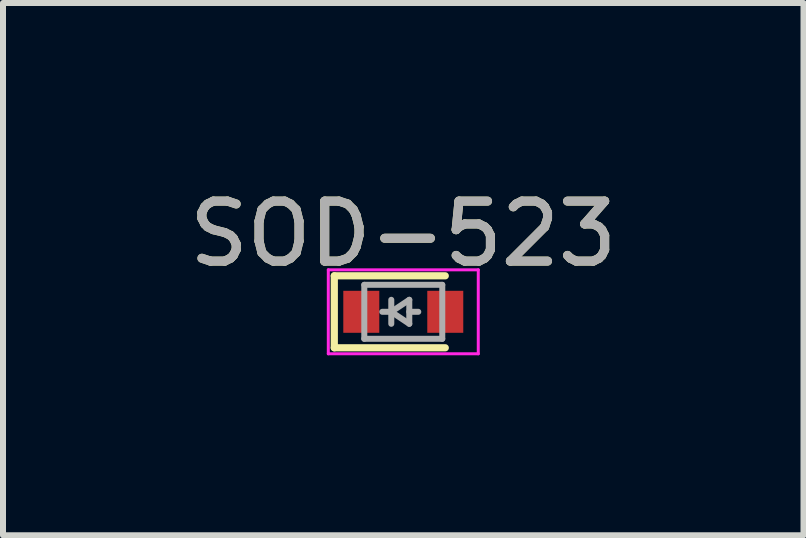
<source format=kicad_pcb>
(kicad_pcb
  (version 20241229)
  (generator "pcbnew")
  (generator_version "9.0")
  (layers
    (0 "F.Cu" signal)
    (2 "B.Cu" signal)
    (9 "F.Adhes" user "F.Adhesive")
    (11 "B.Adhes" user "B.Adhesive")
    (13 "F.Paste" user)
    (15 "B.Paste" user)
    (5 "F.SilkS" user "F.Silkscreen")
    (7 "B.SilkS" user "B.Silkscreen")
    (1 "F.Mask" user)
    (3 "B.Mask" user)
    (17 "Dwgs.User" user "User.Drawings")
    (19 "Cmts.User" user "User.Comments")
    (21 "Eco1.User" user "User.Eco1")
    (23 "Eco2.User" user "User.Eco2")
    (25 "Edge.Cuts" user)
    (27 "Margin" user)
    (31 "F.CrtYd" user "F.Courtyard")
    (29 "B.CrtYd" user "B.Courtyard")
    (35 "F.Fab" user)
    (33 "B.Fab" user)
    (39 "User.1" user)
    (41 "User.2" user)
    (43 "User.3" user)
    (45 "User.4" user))
  (footprint "SOD-523"
    (layer "F.Cu")
    (at 3.673 2.148)
    (property "Reference" "SOD-523" (at 0 -1.3 0) (layer "F.SilkS") (effects (font (size 1 1) (thickness 0.15))))
    (attr smd)
    (fp_line (start -1.15 -0.6) (end -1.15 0.6) (stroke (width 0.12) (type solid)) (layer "F.SilkS"))
    (fp_line (start 0.7 -0.6) (end -1.15 -0.6) (stroke (width 0.12) (type solid)) (layer "F.SilkS"))
    (fp_line (start 0.7 0.6) (end -1.15 0.6) (stroke (width 0.12) (type solid)) (layer "F.SilkS"))
    (fp_line (start -1.25 -0.7) (end 1.25 -0.7) (stroke (width 0.05) (type solid)) (layer "F.CrtYd"))
    (fp_line (start -1.25 0.7) (end -1.25 -0.7) (stroke (width 0.05) (type solid)) (layer "F.CrtYd"))
    (fp_line (start 1.25 -0.7) (end 1.25 0.7) (stroke (width 0.05) (type solid)) (layer "F.CrtYd"))
    (fp_line (start 1.25 0.7) (end -1.25 0.7) (stroke (width 0.05) (type solid)) (layer "F.CrtYd"))
    (fp_line (start -0.65 -0.45) (end 0.65 -0.45) (stroke (width 0.1) (type solid)) (layer "F.Fab"))
    (fp_line (start -0.65 0.45) (end -0.65 -0.45) (stroke (width 0.1) (type solid)) (layer "F.Fab"))
    (fp_line (start -0.2 0) (end -0.35 0) (stroke (width 0.1) (type solid)) (layer "F.Fab"))
    (fp_line (start -0.2 0) (end 0.1 0.2) (stroke (width 0.1) (type solid)) (layer "F.Fab"))
    (fp_line (start -0.2 0.2) (end -0.2 -0.2) (stroke (width 0.1) (type solid)) (layer "F.Fab"))
    (fp_line (start 0.1 -0.2) (end -0.2 0) (stroke (width 0.1) (type solid)) (layer "F.Fab"))
    (fp_line (start 0.1 0) (end 0.25 0) (stroke (width 0.1) (type solid)) (layer "F.Fab"))
    (fp_line (start 0.1 0.2) (end 0.1 -0.2) (stroke (width 0.1) (type solid)) (layer "F.Fab"))
    (fp_line (start 0.65 -0.45) (end 0.65 0.45) (stroke (width 0.1) (type solid)) (layer "F.Fab"))
    (fp_line (start 0.65 0.45) (end -0.65 0.45) (stroke (width 0.1) (type solid)) (layer "F.Fab"))
    (fp_text user "${REFERENCE}" (at 0 -1.3 0) (layer "F.Fab") (effects (font (size 1 1) (thickness 0.15))))
    (pad "1" smd rect (at -0.7 0 180) (size 0.6 0.7) (layers "F.Cu" "F.Mask" "F.Paste"))
    (pad "2" smd rect (at 0.7 0 180) (size 0.6 0.7) (layers "F.Cu" "F.Mask" "F.Paste")))
  (gr_rect
    (start -3 -3)
    (end 10.345 5.873)
    (stroke (width 0.1) (type default))
    (fill no)
    (layer "Edge.Cuts")))
</source>
